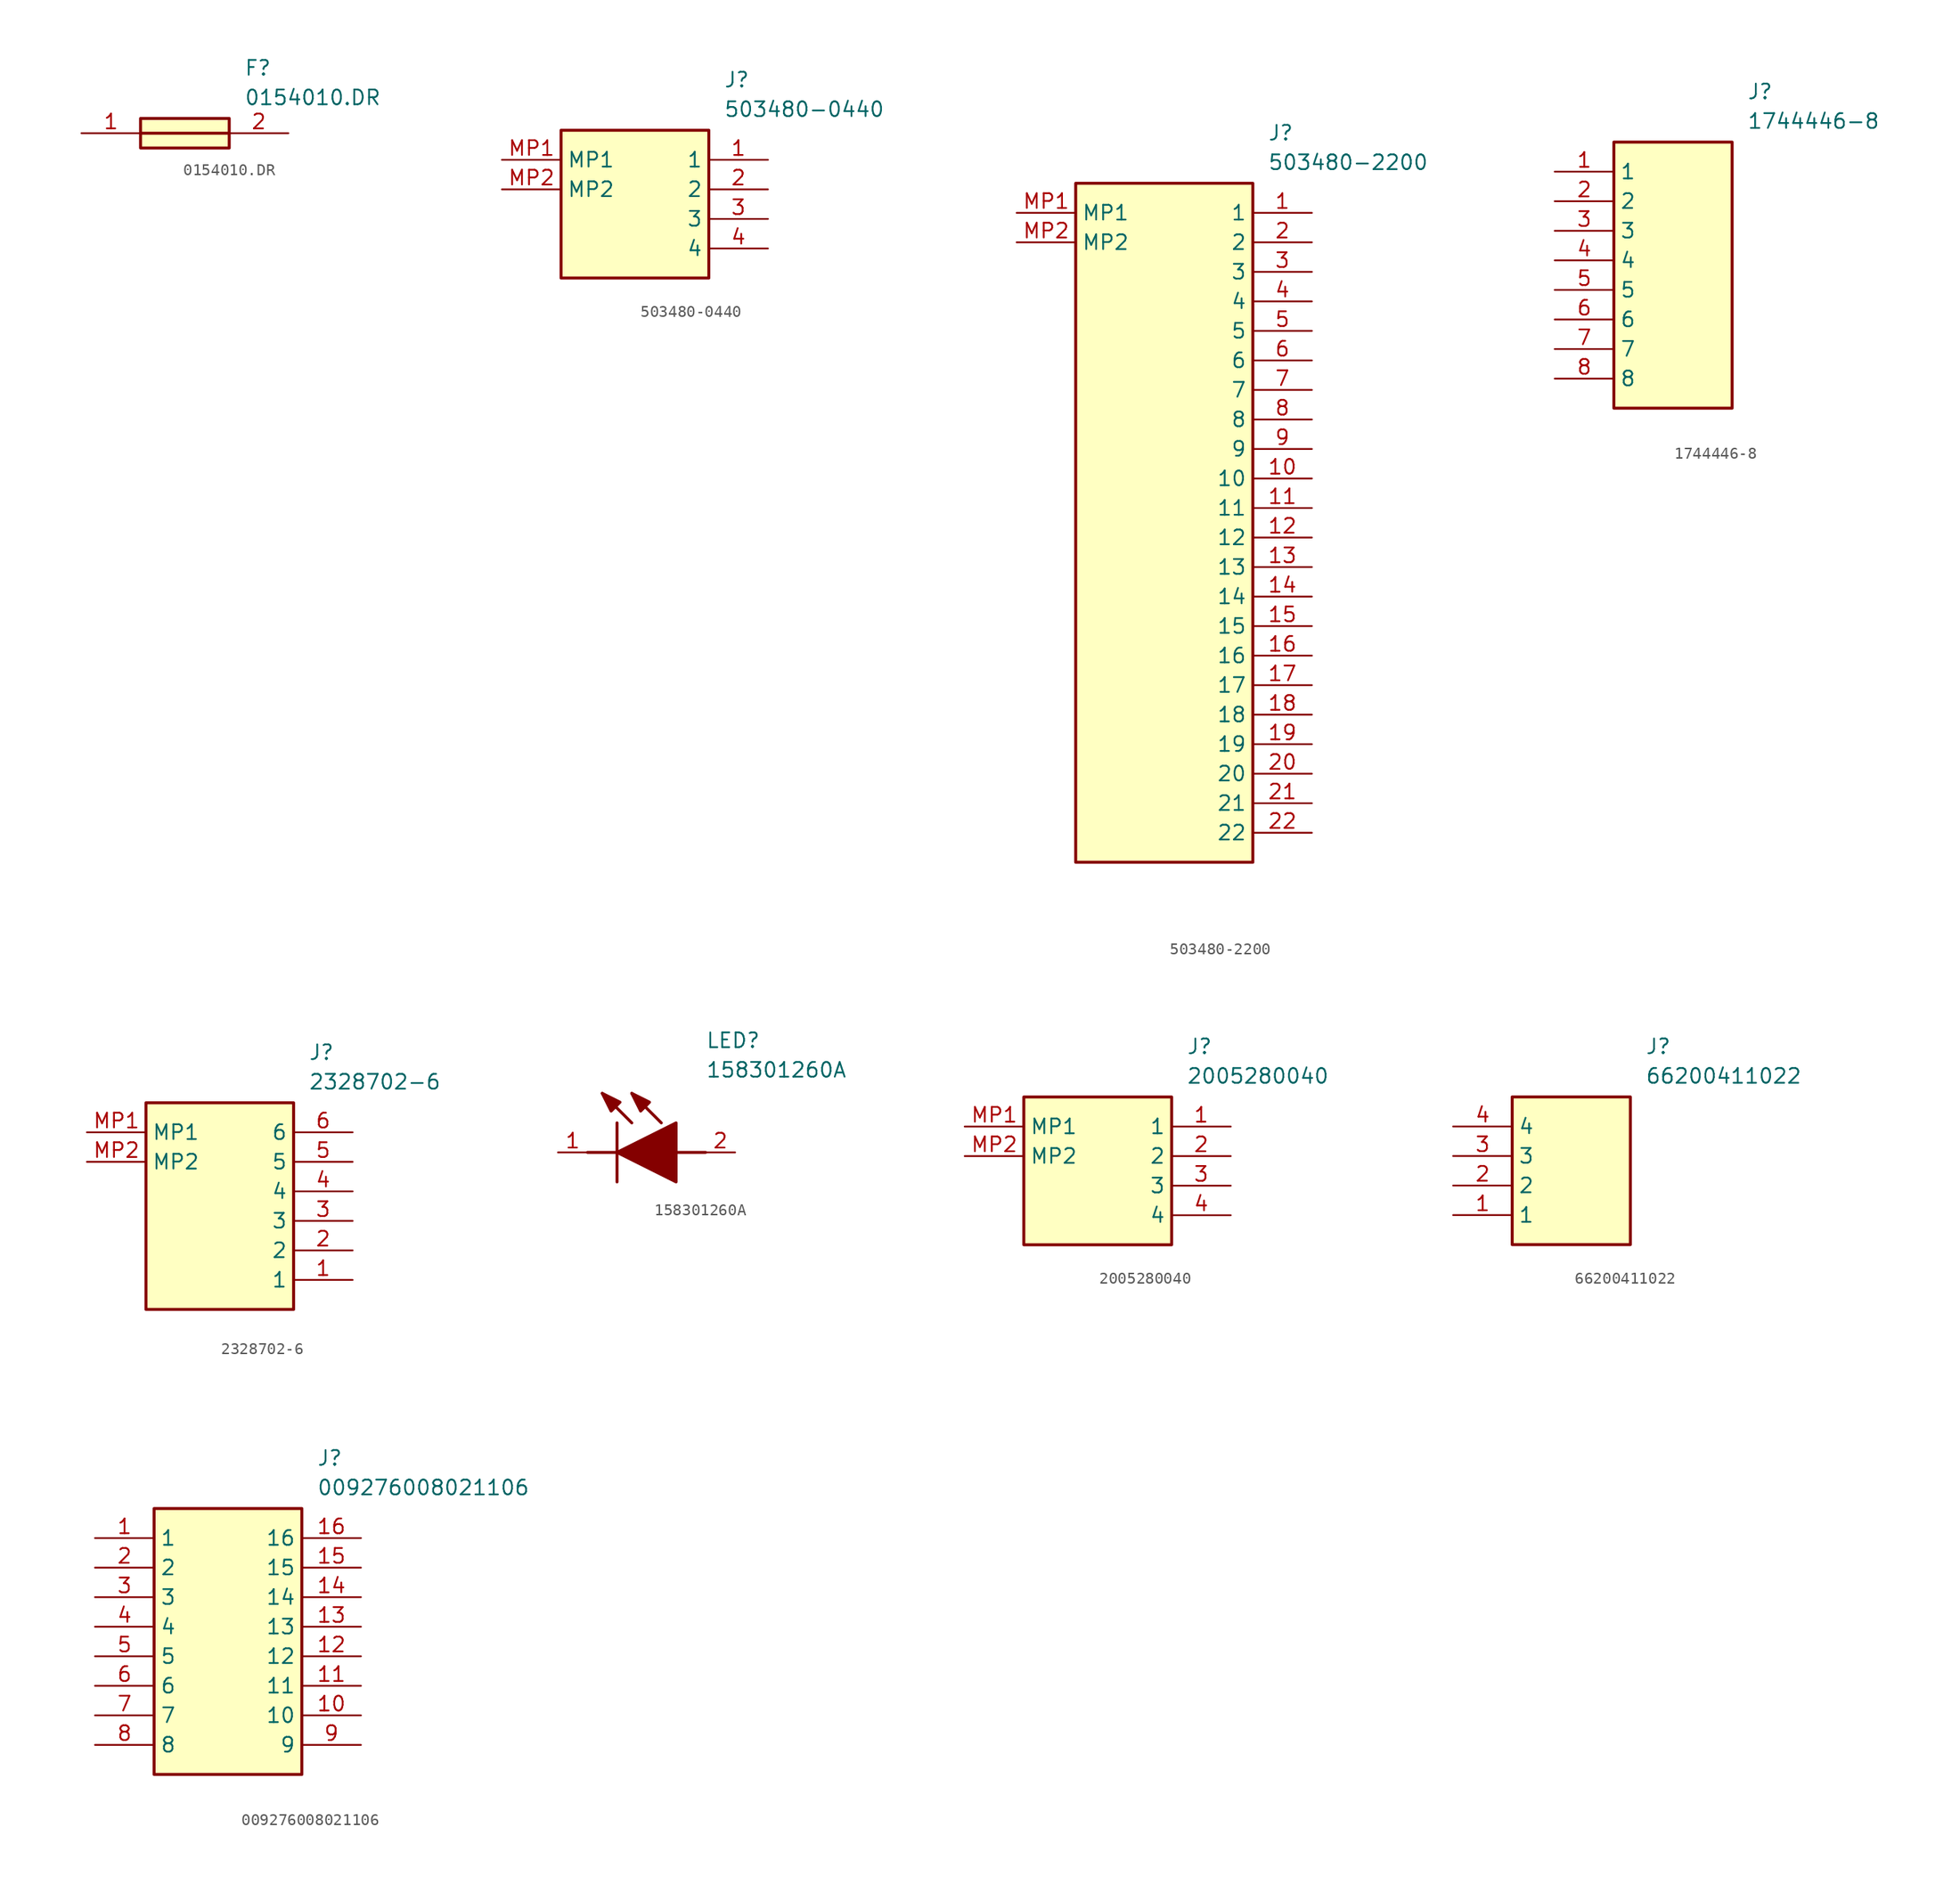
<source format=kicad_sym>
(kicad_symbol_lib
  (version 20231120)
  (generator "kicad_symbol_editor")
  (generator_version "8.0")
  (symbol "0154010.DR"
    (pin_names hide)
    (property "Reference" "F"
      (at 13.97 6.35 0)
      (effects (font (size 1.27 1.27)) (justify left top)))
    (property "Value" "0154010.DR"
      (at 13.97 3.81 0)
      (effects (font (size 1.27 1.27)) (justify left top)))
    (symbol "0154010.DR_1_1"
      (polyline (pts (xy 5.08 0) (xy 12.7 0)) (stroke (width 0.254) (type default)) (fill (type none)))
      (rectangle (start 5.08 1.27) (end 12.7 -1.27) (stroke (width 0.254) (type default)) (fill (type background)))
      (pin passive line (at 0 0 0) (length 5.08) (name "1" (effects (font (size 1.27 1.27)))) (number "1" (effects (font (size 1.27 1.27)))))
      (pin passive line (at 17.78 0 180) (length 5.08) (name "2" (effects (font (size 1.27 1.27)))) (number "2" (effects (font (size 1.27 1.27)))))))
  (symbol "503480-0440"
    (property "Reference" "J"
      (at 19.05 7.62 0)
      (effects (font (size 1.27 1.27)) (justify left top)))
    (property "Value" "503480-0440"
      (at 19.05 5.08 0)
      (effects (font (size 1.27 1.27)) (justify left top)))
    (symbol "503480-0440_1_1"
      (rectangle (start 5.08 2.54) (end 17.78 -10.16) (stroke (width 0.254) (type default)) (fill (type background)))
      (pin passive line (at 22.86 0 180) (length 5.08) (name "1" (effects (font (size 1.27 1.27)))) (number "1" (effects (font (size 1.27 1.27)))))
      (pin passive line (at 22.86 -2.54 180) (length 5.08) (name "2" (effects (font (size 1.27 1.27)))) (number "2" (effects (font (size 1.27 1.27)))))
      (pin passive line (at 22.86 -5.08 180) (length 5.08) (name "3" (effects (font (size 1.27 1.27)))) (number "3" (effects (font (size 1.27 1.27)))))
      (pin passive line (at 22.86 -7.62 180) (length 5.08) (name "4" (effects (font (size 1.27 1.27)))) (number "4" (effects (font (size 1.27 1.27)))))
      (pin passive line (at 0 0 0) (length 5.08) (name "MP1" (effects (font (size 1.27 1.27)))) (number "MP1" (effects (font (size 1.27 1.27)))))
      (pin passive line (at 0 -2.54 0) (length 5.08) (name "MP2" (effects (font (size 1.27 1.27)))) (number "MP2" (effects (font (size 1.27 1.27)))))))
  (symbol "503480-2200"
    (property "Reference" "J"
      (at 21.59 7.62 0)
      (effects (font (size 1.27 1.27)) (justify left top)))
    (property "Value" "503480-2200"
      (at 21.59 5.08 0)
      (effects (font (size 1.27 1.27)) (justify left top)))
    (symbol "503480-2200_1_1"
      (rectangle (start 5.08 2.54) (end 20.32 -55.88) (stroke (width 0.254) (type default)) (fill (type background)))
      (pin passive line (at 25.4 0 180) (length 5.08) (name "1" (effects (font (size 1.27 1.27)))) (number "1" (effects (font (size 1.27 1.27)))))
      (pin passive line (at 25.4 -22.86 180) (length 5.08) (name "10" (effects (font (size 1.27 1.27)))) (number "10" (effects (font (size 1.27 1.27)))))
      (pin passive line (at 25.4 -25.4 180) (length 5.08) (name "11" (effects (font (size 1.27 1.27)))) (number "11" (effects (font (size 1.27 1.27)))))
      (pin passive line (at 25.4 -27.94 180) (length 5.08) (name "12" (effects (font (size 1.27 1.27)))) (number "12" (effects (font (size 1.27 1.27)))))
      (pin passive line (at 25.4 -30.48 180) (length 5.08) (name "13" (effects (font (size 1.27 1.27)))) (number "13" (effects (font (size 1.27 1.27)))))
      (pin passive line (at 25.4 -33.02 180) (length 5.08) (name "14" (effects (font (size 1.27 1.27)))) (number "14" (effects (font (size 1.27 1.27)))))
      (pin passive line (at 25.4 -35.56 180) (length 5.08) (name "15" (effects (font (size 1.27 1.27)))) (number "15" (effects (font (size 1.27 1.27)))))
      (pin passive line (at 25.4 -38.1 180) (length 5.08) (name "16" (effects (font (size 1.27 1.27)))) (number "16" (effects (font (size 1.27 1.27)))))
      (pin passive line (at 25.4 -40.64 180) (length 5.08) (name "17" (effects (font (size 1.27 1.27)))) (number "17" (effects (font (size 1.27 1.27)))))
      (pin passive line (at 25.4 -43.18 180) (length 5.08) (name "18" (effects (font (size 1.27 1.27)))) (number "18" (effects (font (size 1.27 1.27)))))
      (pin passive line (at 25.4 -45.72 180) (length 5.08) (name "19" (effects (font (size 1.27 1.27)))) (number "19" (effects (font (size 1.27 1.27)))))
      (pin passive line (at 25.4 -2.54 180) (length 5.08) (name "2" (effects (font (size 1.27 1.27)))) (number "2" (effects (font (size 1.27 1.27)))))
      (pin passive line (at 25.4 -48.26 180) (length 5.08) (name "20" (effects (font (size 1.27 1.27)))) (number "20" (effects (font (size 1.27 1.27)))))
      (pin passive line (at 25.4 -50.8 180) (length 5.08) (name "21" (effects (font (size 1.27 1.27)))) (number "21" (effects (font (size 1.27 1.27)))))
      (pin passive line (at 25.4 -53.34 180) (length 5.08) (name "22" (effects (font (size 1.27 1.27)))) (number "22" (effects (font (size 1.27 1.27)))))
      (pin passive line (at 25.4 -5.08 180) (length 5.08) (name "3" (effects (font (size 1.27 1.27)))) (number "3" (effects (font (size 1.27 1.27)))))
      (pin passive line (at 25.4 -7.62 180) (length 5.08) (name "4" (effects (font (size 1.27 1.27)))) (number "4" (effects (font (size 1.27 1.27)))))
      (pin passive line (at 25.4 -10.16 180) (length 5.08) (name "5" (effects (font (size 1.27 1.27)))) (number "5" (effects (font (size 1.27 1.27)))))
      (pin passive line (at 25.4 -12.7 180) (length 5.08) (name "6" (effects (font (size 1.27 1.27)))) (number "6" (effects (font (size 1.27 1.27)))))
      (pin passive line (at 25.4 -15.24 180) (length 5.08) (name "7" (effects (font (size 1.27 1.27)))) (number "7" (effects (font (size 1.27 1.27)))))
      (pin passive line (at 25.4 -17.78 180) (length 5.08) (name "8" (effects (font (size 1.27 1.27)))) (number "8" (effects (font (size 1.27 1.27)))))
      (pin passive line (at 25.4 -20.32 180) (length 5.08) (name "9" (effects (font (size 1.27 1.27)))) (number "9" (effects (font (size 1.27 1.27)))))
      (pin passive line (at 0 0 0) (length 5.08) (name "MP1" (effects (font (size 1.27 1.27)))) (number "MP1" (effects (font (size 1.27 1.27)))))
      (pin passive line (at 0 -2.54 0) (length 5.08) (name "MP2" (effects (font (size 1.27 1.27)))) (number "MP2" (effects (font (size 1.27 1.27)))))))
  (symbol "1744446-8"
    (property "Reference" "J"
      (at 16.51 7.62 0)
      (effects (font (size 1.27 1.27)) (justify left top)))
    (property "Value" "1744446-8"
      (at 16.51 5.08 0)
      (effects (font (size 1.27 1.27)) (justify left top)))
    (symbol "1744446-8_1_1"
      (rectangle (start 5.08 2.54) (end 15.24 -20.32) (stroke (width 0.254) (type default)) (fill (type background)))
      (pin passive line (at 0 0 0) (length 5.08) (name "1" (effects (font (size 1.27 1.27)))) (number "1" (effects (font (size 1.27 1.27)))))
      (pin passive line (at 0 -2.54 0) (length 5.08) (name "2" (effects (font (size 1.27 1.27)))) (number "2" (effects (font (size 1.27 1.27)))))
      (pin passive line (at 0 -5.08 0) (length 5.08) (name "3" (effects (font (size 1.27 1.27)))) (number "3" (effects (font (size 1.27 1.27)))))
      (pin passive line (at 0 -7.62 0) (length 5.08) (name "4" (effects (font (size 1.27 1.27)))) (number "4" (effects (font (size 1.27 1.27)))))
      (pin passive line (at 0 -10.16 0) (length 5.08) (name "5" (effects (font (size 1.27 1.27)))) (number "5" (effects (font (size 1.27 1.27)))))
      (pin passive line (at 0 -12.7 0) (length 5.08) (name "6" (effects (font (size 1.27 1.27)))) (number "6" (effects (font (size 1.27 1.27)))))
      (pin passive line (at 0 -15.24 0) (length 5.08) (name "7" (effects (font (size 1.27 1.27)))) (number "7" (effects (font (size 1.27 1.27)))))
      (pin passive line (at 0 -17.78 0) (length 5.08) (name "8" (effects (font (size 1.27 1.27)))) (number "8" (effects (font (size 1.27 1.27)))))))
  (symbol "2328702-6"
    (property "Reference" "J"
      (at 19.05 7.62 0)
      (effects (font (size 1.27 1.27)) (justify left top)))
    (property "Value" "2328702-6"
      (at 19.05 5.08 0)
      (effects (font (size 1.27 1.27)) (justify left top)))
    (symbol "2328702-6_1_1"
      (rectangle (start 5.08 2.54) (end 17.78 -15.24) (stroke (width 0.254) (type default)) (fill (type background)))
      (pin passive line (at 22.86 -12.7 180) (length 5.08) (name "1" (effects (font (size 1.27 1.27)))) (number "1" (effects (font (size 1.27 1.27)))))
      (pin passive line (at 22.86 -10.16 180) (length 5.08) (name "2" (effects (font (size 1.27 1.27)))) (number "2" (effects (font (size 1.27 1.27)))))
      (pin passive line (at 22.86 -7.62 180) (length 5.08) (name "3" (effects (font (size 1.27 1.27)))) (number "3" (effects (font (size 1.27 1.27)))))
      (pin passive line (at 22.86 -5.08 180) (length 5.08) (name "4" (effects (font (size 1.27 1.27)))) (number "4" (effects (font (size 1.27 1.27)))))
      (pin passive line (at 22.86 -2.54 180) (length 5.08) (name "5" (effects (font (size 1.27 1.27)))) (number "5" (effects (font (size 1.27 1.27)))))
      (pin passive line (at 22.86 0 180) (length 5.08) (name "6" (effects (font (size 1.27 1.27)))) (number "6" (effects (font (size 1.27 1.27)))))
      (pin passive line (at 0 0 0) (length 5.08) (name "MP1" (effects (font (size 1.27 1.27)))) (number "MP1" (effects (font (size 1.27 1.27)))))
      (pin passive line (at 0 -2.54 0) (length 5.08) (name "MP2" (effects (font (size 1.27 1.27)))) (number "MP2" (effects (font (size 1.27 1.27)))))))
  (symbol "158301260A"
    (pin_names hide)
    (property "Reference" "LED"
      (at 12.7 8.89 0)
      (effects (font (size 1.27 1.27)) (justify left bottom)))
    (property "Value" "158301260A"
      (at 12.7 6.35 0)
      (effects (font (size 1.27 1.27)) (justify left bottom)))
    (symbol "158301260A_1_1"
      (polyline (pts (xy 2.54 0) (xy 5.08 0)) (stroke (width 0.254) (type default)) (fill (type none)))
      (polyline (pts (xy 5.08 2.54) (xy 5.08 -2.54)) (stroke (width 0.254) (type default)) (fill (type none)))
      (polyline (pts (xy 6.35 2.54) (xy 3.81 5.08)) (stroke (width 0.254) (type default)) (fill (type none)))
      (polyline (pts (xy 8.89 2.54) (xy 6.35 5.08)) (stroke (width 0.254) (type default)) (fill (type none)))
      (polyline (pts (xy 10.16 0) (xy 12.7 0)) (stroke (width 0.254) (type default)) (fill (type none)))
      (polyline (pts (xy 5.08 0) (xy 10.16 2.54) (xy 10.16 -2.54) (xy 5.08 0)) (stroke (width 0.254) (type default)) (fill (type outline)))
      (polyline (pts (xy 5.334 4.318) (xy 4.572 3.556) (xy 3.81 5.08) (xy 5.334 4.318)) (stroke (width 0.254) (type default)) (fill (type outline)))
      (polyline (pts (xy 7.874 4.318) (xy 7.112 3.556) (xy 6.35 5.08) (xy 7.874 4.318)) (stroke (width 0.254) (type default)) (fill (type outline)))
      (pin passive line (at 0 0 0) (length 2.54) (name "K" (effects (font (size 1.27 1.27)))) (number "1" (effects (font (size 1.27 1.27)))))
      (pin passive line (at 15.24 0 180) (length 2.54) (name "A" (effects (font (size 1.27 1.27)))) (number "2" (effects (font (size 1.27 1.27)))))))
  (symbol "2005280040"
    (property "Reference" "J"
      (at 19.05 7.62 0)
      (effects (font (size 1.27 1.27)) (justify left top)))
    (property "Value" "2005280040"
      (at 19.05 5.08 0)
      (effects (font (size 1.27 1.27)) (justify left top)))
    (symbol "2005280040_1_1"
      (rectangle (start 5.08 2.54) (end 17.78 -10.16) (stroke (width 0.254) (type default)) (fill (type background)))
      (pin passive line (at 22.86 0 180) (length 5.08) (name "1" (effects (font (size 1.27 1.27)))) (number "1" (effects (font (size 1.27 1.27)))))
      (pin passive line (at 22.86 -2.54 180) (length 5.08) (name "2" (effects (font (size 1.27 1.27)))) (number "2" (effects (font (size 1.27 1.27)))))
      (pin passive line (at 22.86 -5.08 180) (length 5.08) (name "3" (effects (font (size 1.27 1.27)))) (number "3" (effects (font (size 1.27 1.27)))))
      (pin passive line (at 22.86 -7.62 180) (length 5.08) (name "4" (effects (font (size 1.27 1.27)))) (number "4" (effects (font (size 1.27 1.27)))))
      (pin passive line (at 0 0 0) (length 5.08) (name "MP1" (effects (font (size 1.27 1.27)))) (number "MP1" (effects (font (size 1.27 1.27)))))
      (pin passive line (at 0 -2.54 0) (length 5.08) (name "MP2" (effects (font (size 1.27 1.27)))) (number "MP2" (effects (font (size 1.27 1.27)))))))
  (symbol "66200411022"
    (property "Reference" "J"
      (at 16.51 7.62 0)
      (effects (font (size 1.27 1.27)) (justify left top)))
    (property "Value" "66200411022"
      (at 16.51 5.08 0)
      (effects (font (size 1.27 1.27)) (justify left top)))
    (symbol "66200411022_1_1"
      (rectangle (start 5.08 2.54) (end 15.24 -10.16) (stroke (width 0.254) (type default)) (fill (type background)))
      (pin passive line (at 0 -7.62 0) (length 5.08) (name "1" (effects (font (size 1.27 1.27)))) (number "1" (effects (font (size 1.27 1.27)))))
      (pin passive line (at 0 -5.08 0) (length 5.08) (name "2" (effects (font (size 1.27 1.27)))) (number "2" (effects (font (size 1.27 1.27)))))
      (pin passive line (at 0 -2.54 0) (length 5.08) (name "3" (effects (font (size 1.27 1.27)))) (number "3" (effects (font (size 1.27 1.27)))))
      (pin passive line (at 0 0 0) (length 5.08) (name "4" (effects (font (size 1.27 1.27)))) (number "4" (effects (font (size 1.27 1.27)))))))
  (symbol "009276008021106"
    (property "Reference" "J"
      (at 19.05 7.62 0)
      (effects (font (size 1.27 1.27)) (justify left top)))
    (property "Value" "009276008021106"
      (at 19.05 5.08 0)
      (effects (font (size 1.27 1.27)) (justify left top)))
    (symbol "009276008021106_1_1"
      (rectangle (start 5.08 2.54) (end 17.78 -20.32) (stroke (width 0.254) (type default)) (fill (type background)))
      (pin passive line (at 0 0 0) (length 5.08) (name "1" (effects (font (size 1.27 1.27)))) (number "1" (effects (font (size 1.27 1.27)))))
      (pin passive line (at 22.86 -15.24 180) (length 5.08) (name "10" (effects (font (size 1.27 1.27)))) (number "10" (effects (font (size 1.27 1.27)))))
      (pin passive line (at 22.86 -12.7 180) (length 5.08) (name "11" (effects (font (size 1.27 1.27)))) (number "11" (effects (font (size 1.27 1.27)))))
      (pin passive line (at 22.86 -10.16 180) (length 5.08) (name "12" (effects (font (size 1.27 1.27)))) (number "12" (effects (font (size 1.27 1.27)))))
      (pin passive line (at 22.86 -7.62 180) (length 5.08) (name "13" (effects (font (size 1.27 1.27)))) (number "13" (effects (font (size 1.27 1.27)))))
      (pin passive line (at 22.86 -5.08 180) (length 5.08) (name "14" (effects (font (size 1.27 1.27)))) (number "14" (effects (font (size 1.27 1.27)))))
      (pin passive line (at 22.86 -2.54 180) (length 5.08) (name "15" (effects (font (size 1.27 1.27)))) (number "15" (effects (font (size 1.27 1.27)))))
      (pin passive line (at 22.86 0 180) (length 5.08) (name "16" (effects (font (size 1.27 1.27)))) (number "16" (effects (font (size 1.27 1.27)))))
      (pin passive line (at 0 -2.54 0) (length 5.08) (name "2" (effects (font (size 1.27 1.27)))) (number "2" (effects (font (size 1.27 1.27)))))
      (pin passive line (at 0 -5.08 0) (length 5.08) (name "3" (effects (font (size 1.27 1.27)))) (number "3" (effects (font (size 1.27 1.27)))))
      (pin passive line (at 0 -7.62 0) (length 5.08) (name "4" (effects (font (size 1.27 1.27)))) (number "4" (effects (font (size 1.27 1.27)))))
      (pin passive line (at 0 -10.16 0) (length 5.08) (name "5" (effects (font (size 1.27 1.27)))) (number "5" (effects (font (size 1.27 1.27)))))
      (pin passive line (at 0 -12.7 0) (length 5.08) (name "6" (effects (font (size 1.27 1.27)))) (number "6" (effects (font (size 1.27 1.27)))))
      (pin passive line (at 0 -15.24 0) (length 5.08) (name "7" (effects (font (size 1.27 1.27)))) (number "7" (effects (font (size 1.27 1.27)))))
      (pin passive line (at 0 -17.78 0) (length 5.08) (name "8" (effects (font (size 1.27 1.27)))) (number "8" (effects (font (size 1.27 1.27)))))
      (pin passive line (at 22.86 -17.78 180) (length 5.08) (name "9" (effects (font (size 1.27 1.27)))) (number "9" (effects (font (size 1.27 1.27))))))))
</source>
